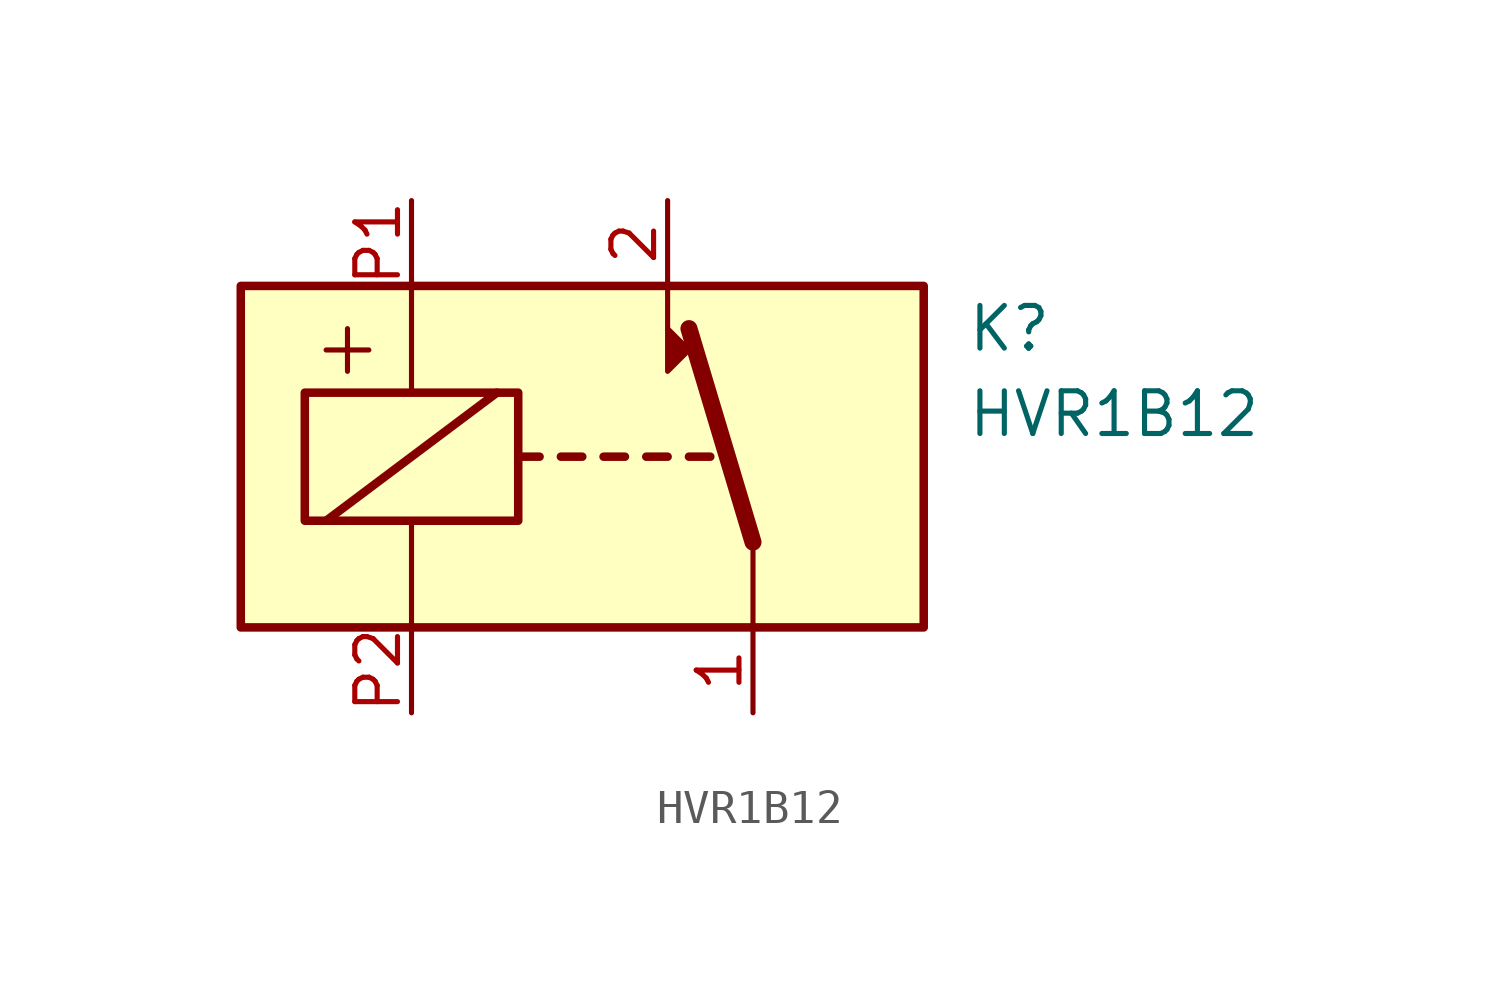
<source format=kicad_sym>
(kicad_symbol_lib
  (version 20241209)
  (generator "kicad_symbol_editor")
  (generator_version "9.0")
  (symbol "HVR1B12"
    (property "Reference" "K"
      (at 11.43 3.81 0)
      (effects (font (size 1.27 1.27)) (justify left)))
    (property "Value" "HVR1B12"
      (at 11.43 1.27 0)
      (effects (font (size 1.27 1.27)) (justify left)))
    (symbol "HVR1B12_0_1"
      (rectangle (start -8.255 1.905) (end -1.905 -1.905) (stroke (width 0.254) (type default)) (fill (type none)))
      (polyline (pts (xy -7.62 3.175) (xy -6.35 3.175)) (stroke (width 0) (type default)) (fill (type none)))
      (polyline (pts (xy -7.62 -1.905) (xy -2.54 1.905)) (stroke (width 0.254) (type default)) (fill (type none)))
      (polyline (pts (xy -6.985 3.81) (xy -6.985 2.54)) (stroke (width 0) (type default)) (fill (type none)))
      (polyline (pts (xy -5.08 5.08) (xy -5.08 1.905)) (stroke (width 0) (type default)) (fill (type none)))
      (polyline (pts (xy -5.08 -5.08) (xy -5.08 -1.905)) (stroke (width 0) (type default)) (fill (type none)))
      (polyline (pts (xy -1.905 0) (xy -1.27 0)) (stroke (width 0.254) (type default)) (fill (type none)))
      (polyline (pts (xy -0.635 0) (xy 0 0)) (stroke (width 0.254) (type default)) (fill (type none)))
      (polyline (pts (xy 0.635 0) (xy 1.27 0)) (stroke (width 0.254) (type default)) (fill (type none)))
      (polyline (pts (xy 1.905 0) (xy 2.54 0)) (stroke (width 0.254) (type default)) (fill (type none)))
      (polyline (pts (xy 2.54 5.08) (xy 2.54 2.54) (xy 3.175 3.175) (xy 2.54 3.81)) (stroke (width 0) (type default)) (fill (type outline)))
      (polyline (pts (xy 3.175 0) (xy 3.81 0)) (stroke (width 0.254) (type default)) (fill (type none)))
      (polyline (pts (xy 5.08 -2.54) (xy 3.175 3.81)) (stroke (width 0.508) (type default)) (fill (type none)))
      (polyline (pts (xy 5.08 -2.54) (xy 5.08 -5.08)) (stroke (width 0) (type default)) (fill (type none))))
    (symbol "HVR1B12_1_1"
      (rectangle (start -10.16 5.08) (end 10.16 -5.08) (stroke (width 0.254) (type default)) (fill (type background)))
      (pin passive line (at -5.08 7.62 270) (length 2.54) (name "~" (effects (font (size 1.27 1.27)))) (number "P1" (effects (font (size 1.27 1.27)))))
      (pin passive line (at -5.08 -7.62 90) (length 2.54) (name "~" (effects (font (size 1.27 1.27)))) (number "P2" (effects (font (size 1.27 1.27)))))
      (pin passive line (at 2.54 7.62 270) (length 2.54) (name "~" (effects (font (size 1.27 1.27)))) (number "2" (effects (font (size 1.27 1.27)))))
      (pin passive line (at 5.08 -7.62 90) (length 2.54) (name "~" (effects (font (size 1.27 1.27)))) (number "1" (effects (font (size 1.27 1.27))))))))
</source>
